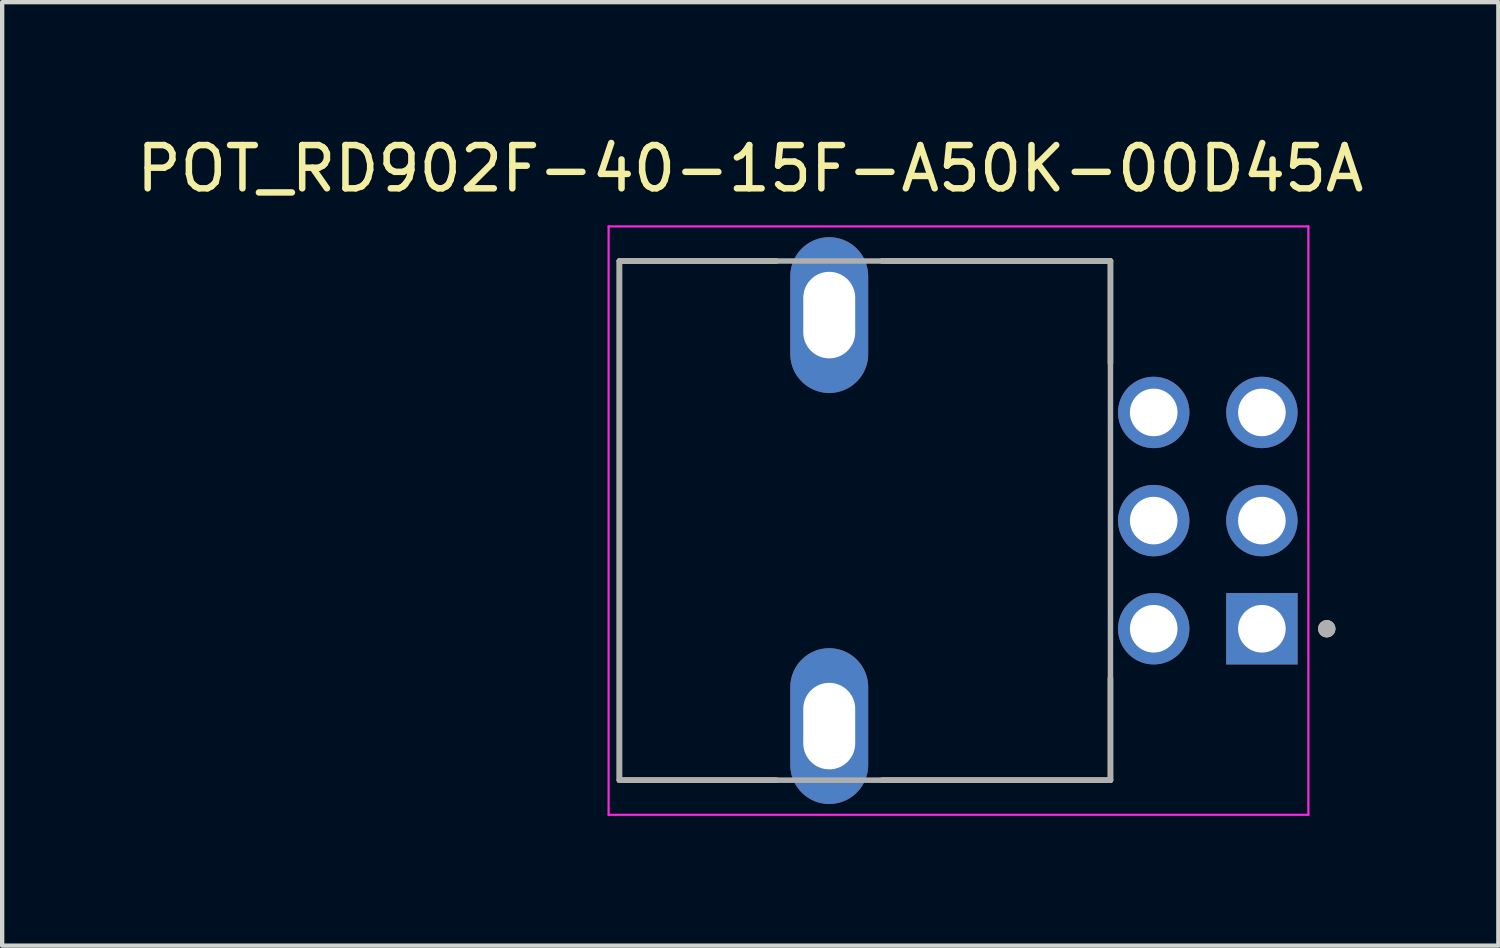
<source format=kicad_pcb>
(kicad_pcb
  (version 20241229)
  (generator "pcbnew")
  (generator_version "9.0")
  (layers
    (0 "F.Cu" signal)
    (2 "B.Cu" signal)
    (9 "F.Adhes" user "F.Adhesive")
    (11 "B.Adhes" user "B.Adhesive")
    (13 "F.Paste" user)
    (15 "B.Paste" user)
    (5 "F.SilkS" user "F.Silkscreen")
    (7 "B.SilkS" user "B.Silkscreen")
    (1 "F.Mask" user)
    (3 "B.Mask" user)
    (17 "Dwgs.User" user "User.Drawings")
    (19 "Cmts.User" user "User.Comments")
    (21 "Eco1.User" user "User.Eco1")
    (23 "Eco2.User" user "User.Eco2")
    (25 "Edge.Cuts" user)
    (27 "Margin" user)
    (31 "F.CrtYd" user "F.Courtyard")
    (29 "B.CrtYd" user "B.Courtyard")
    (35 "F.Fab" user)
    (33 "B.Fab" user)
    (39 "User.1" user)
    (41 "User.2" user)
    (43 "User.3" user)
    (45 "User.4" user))
  (footprint "POT_RD902F-40-15F-A50K-00D45A"
    (layer "F.Cu")
    (at 16.117 8.983)
    (property "Reference" "POT_RD902F-40-15F-A50K-00D45A" (at -1.825 -8.135 0) (layer "F.SilkS") (effects (font (size 1 1) (thickness 0.15))))
    (attr through_hole)
    (fp_line (start -4.85 -6) (end -1.22 -6) (stroke (width 0.127) (type solid)) (layer "F.SilkS"))
    (fp_line (start -4.85 6) (end -4.85 -6) (stroke (width 0.127) (type solid)) (layer "F.SilkS"))
    (fp_line (start -1.22 6) (end -4.85 6) (stroke (width 0.127) (type solid)) (layer "F.SilkS"))
    (fp_line (start 1.22 -6) (end 6.5 -6) (stroke (width 0.127) (type solid)) (layer "F.SilkS"))
    (fp_line (start 6.5 -6) (end 6.5 -3.645) (stroke (width 0.127) (type solid)) (layer "F.SilkS"))
    (fp_line (start 6.5 6) (end 1.22 6) (stroke (width 0.127) (type solid)) (layer "F.SilkS"))
    (fp_line (start 6.5 6) (end 6.5 3.645) (stroke (width 0.127) (type solid)) (layer "F.SilkS"))
    (fp_circle (center 11.5 2.5) (end 11.6 2.5) (stroke (width 0.2) (type solid)) (fill no) (layer "F.SilkS"))
    (fp_line (start -5.1 -6.8) (end -5.1 6.8) (stroke (width 0.05) (type solid)) (layer "F.CrtYd"))
    (fp_line (start -5.1 6.8) (end 11.075 6.8) (stroke (width 0.05) (type solid)) (layer "F.CrtYd"))
    (fp_line (start 11.075 -6.8) (end -5.1 -6.8) (stroke (width 0.05) (type solid)) (layer "F.CrtYd"))
    (fp_line (start 11.075 6.8) (end 11.075 -6.8) (stroke (width 0.05) (type solid)) (layer "F.CrtYd"))
    (fp_line (start -4.85 -6) (end 6.5 -6) (stroke (width 0.127) (type solid)) (layer "F.Fab"))
    (fp_line (start -4.85 6) (end -4.85 -6) (stroke (width 0.127) (type solid)) (layer "F.Fab"))
    (fp_line (start 6.5 -6) (end 6.5 6) (stroke (width 0.127) (type solid)) (layer "F.Fab"))
    (fp_line (start 6.5 6) (end -4.85 6) (stroke (width 0.127) (type solid)) (layer "F.Fab"))
    (fp_circle (center 11.5 2.5) (end 11.6 2.5) (stroke (width 0.2) (type solid)) (fill no) (layer "F.Fab"))
    (pad "R1_1" thru_hole rect (at 10 2.5) (size 1.65 1.65) (drill 1.1) (layers "*.Cu" "*.Mask"))
    (pad "R1_2" thru_hole circle (at 10 0) (size 1.65 1.65) (drill 1.1) (layers "*.Cu" "*.Mask"))
    (pad "R1_3" thru_hole circle (at 10 -2.5) (size 1.65 1.65) (drill 1.1) (layers "*.Cu" "*.Mask"))
    (pad "R2_1" thru_hole circle (at 7.5 2.5) (size 1.65 1.65) (drill 1.1) (layers "*.Cu" "*.Mask"))
    (pad "R2_2" thru_hole circle (at 7.5 0) (size 1.65 1.65) (drill 1.1) (layers "*.Cu" "*.Mask"))
    (pad "R2_3" thru_hole circle (at 7.5 -2.5) (size 1.65 1.65) (drill 1.1) (layers "*.Cu" "*.Mask"))
    (pad "S1" thru_hole oval (at 0 4.75) (size 1.8 3.6) (drill oval 1.2 2) (layers "*.Cu" "*.Mask"))
    (pad "S2" thru_hole oval (at 0 -4.75) (size 1.8 3.6) (drill oval 1.2 2) (layers "*.Cu" "*.Mask")))
  (gr_rect
    (start -3 -3)
    (end 31.583 18.808)
    (stroke (width 0.1) (type default))
    (fill no)
    (layer "Edge.Cuts")))
</source>
